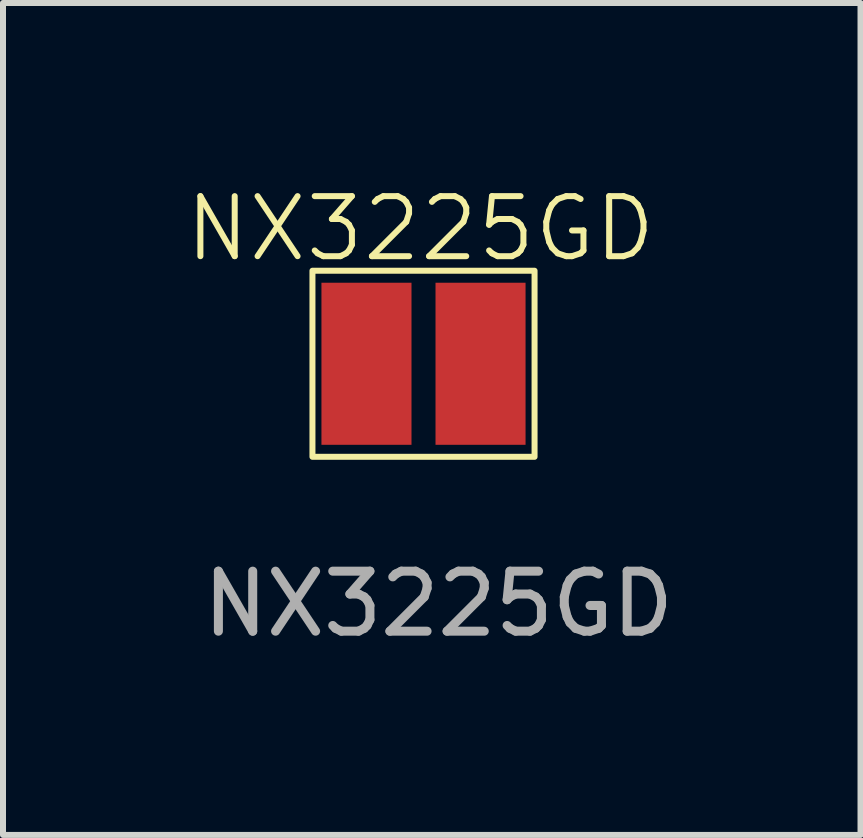
<source format=kicad_pcb>
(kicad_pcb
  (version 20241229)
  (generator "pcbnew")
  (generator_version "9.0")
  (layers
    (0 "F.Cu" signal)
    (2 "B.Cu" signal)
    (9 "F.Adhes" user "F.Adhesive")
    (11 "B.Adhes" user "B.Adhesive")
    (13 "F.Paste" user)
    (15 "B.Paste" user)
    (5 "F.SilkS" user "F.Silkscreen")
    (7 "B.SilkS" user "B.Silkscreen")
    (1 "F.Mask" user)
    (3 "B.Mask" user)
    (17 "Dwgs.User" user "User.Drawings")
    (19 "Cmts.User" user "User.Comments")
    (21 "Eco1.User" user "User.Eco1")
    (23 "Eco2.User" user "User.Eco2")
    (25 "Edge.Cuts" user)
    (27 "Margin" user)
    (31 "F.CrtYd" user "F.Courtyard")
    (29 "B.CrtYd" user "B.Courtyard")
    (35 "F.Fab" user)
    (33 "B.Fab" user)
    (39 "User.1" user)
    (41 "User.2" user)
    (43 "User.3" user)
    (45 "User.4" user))
  (footprint "NX3225GD"
    (layer "F.Cu")
    (at 4.005 3.01)
    (property "Reference" "NX3225GD" (at -0.05 -2.25 0) (unlocked yes) (layer "F.SilkS") (effects (font (size 1 1) (thickness 0.1))))
    (attr smd)
    (fp_rect (start -1.85 -1.55) (end 1.85 1.55) (stroke (width 0.1) (type default)) (fill no) (layer "F.SilkS"))
    (fp_text user "${REFERENCE}" (at 0.25 4 0) (unlocked yes) (layer "F.Fab") (effects (font (size 1 1) (thickness 0.15))))
    (pad "1" smd rect (at 0.95 0 180) (size 1.5 2.7) (layers "F.Cu" "F.Mask" "F.Paste"))
    (pad "2" smd rect (at -0.95 0 180) (size 1.5 2.7) (layers "F.Cu" "F.Mask" "F.Paste")))
  (gr_rect
    (start -3 -3)
    (end 11.285 10.859)
    (stroke (width 0.1) (type default))
    (fill no)
    (layer "Edge.Cuts")))
</source>
